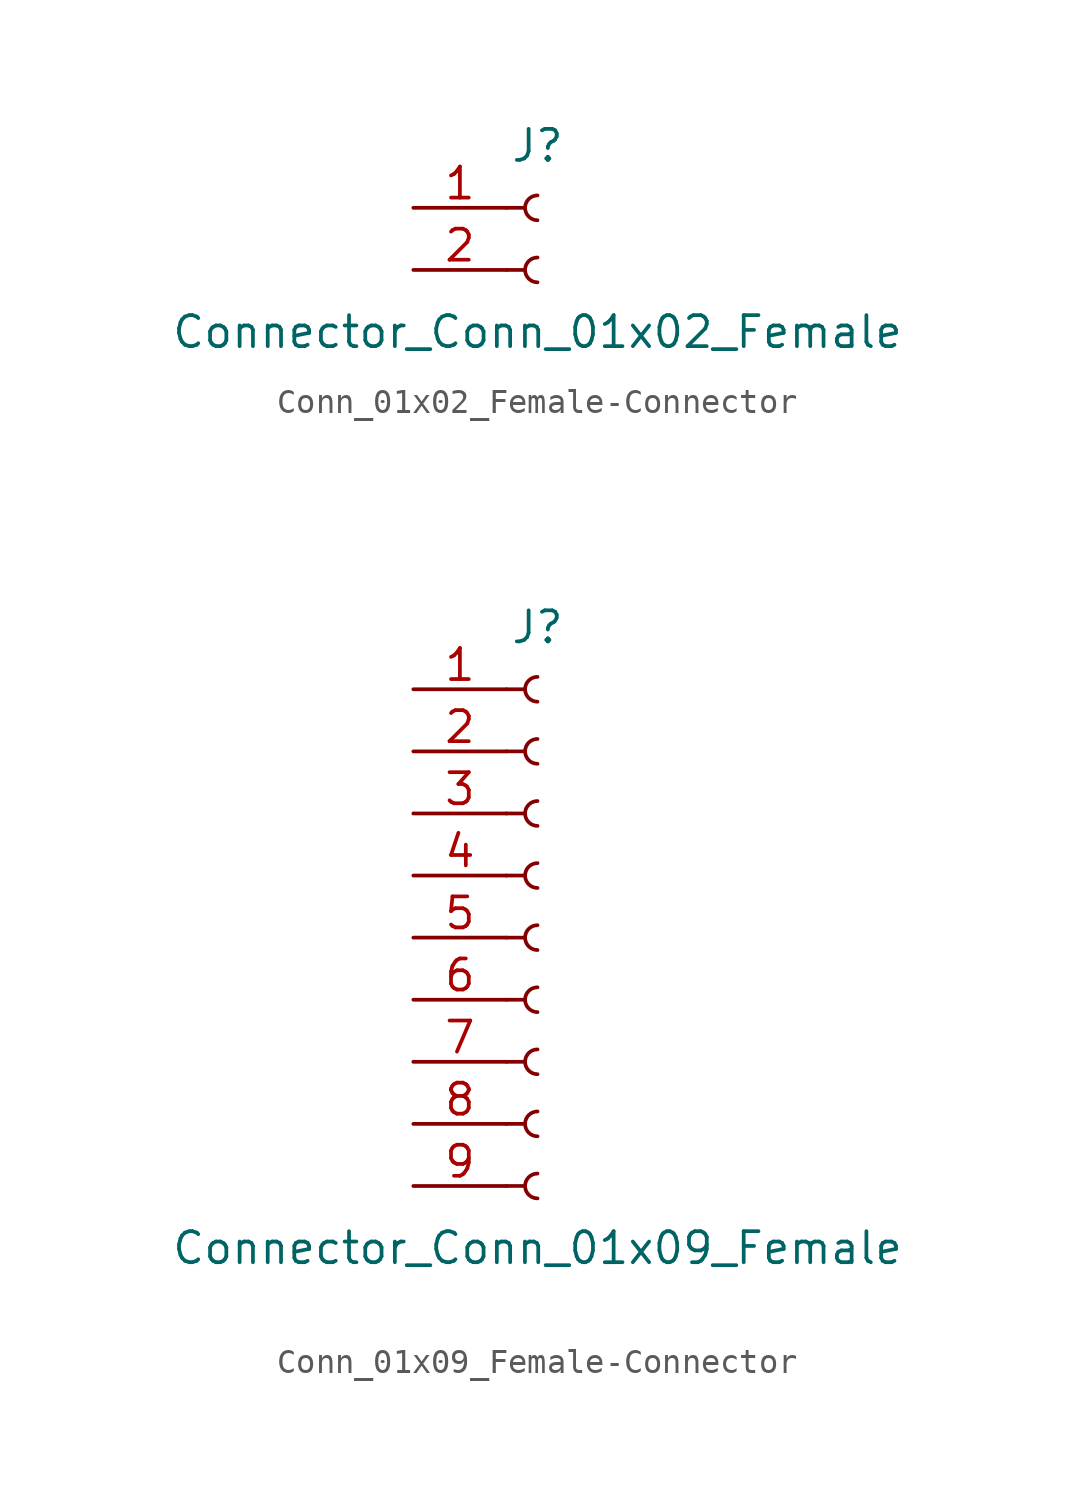
<source format=kicad_sym>
(kicad_symbol_lib
  (version 20220914)
  (generator kicad_symbol_editor)
  (symbol "Conn_01x02_Female-Connector"
    (pin_names
      (offset 1.016) hide)
    (property "Reference" "J"
      (at 0 2.54 0)
      (effects (font (size 1.27 1.27))))
    (property "Value" "Connector_Conn_01x02_Female"
      (at 0 -5.08 0)
      (effects (font (size 1.27 1.27))))
    (symbol "Conn_01x02_Female-Connector_1_1"
      (arc (start 0 -2.032) (mid -0.5058 -2.54) (end 0 -3.048) (stroke (width 0.1524) (type solid)) (fill (type none)))
      (polyline (pts (xy -1.27 -2.54) (xy -0.508 -2.54)) (stroke (width 0.152) (type solid)) (fill (type none)))
      (polyline (pts (xy -1.27 0) (xy -0.508 0)) (stroke (width 0.152) (type solid)) (fill (type none)))
      (arc (start 0 0.508) (mid -0.5058 0) (end 0 -0.508) (stroke (width 0.1524) (type solid)) (fill (type none)))
      (pin passive line (at -5.08 0 0) (length 3.81) (name "Pin_1" (effects (font (size 1.27 1.27)))) (number "1" (effects (font (size 1.27 1.27)))))
      (pin passive line (at -5.08 -2.54 0) (length 3.81) (name "Pin_2" (effects (font (size 1.27 1.27)))) (number "2" (effects (font (size 1.27 1.27)))))))
  (symbol "Conn_01x09_Female-Connector"
    (pin_names
      (offset 1.016) hide)
    (property "Reference" "J"
      (at 0 12.7 0)
      (effects (font (size 1.27 1.27))))
    (property "Value" "Connector_Conn_01x09_Female"
      (at 0 -12.7 0)
      (effects (font (size 1.27 1.27))))
    (symbol "Conn_01x09_Female-Connector_1_1"
      (arc (start 0 -9.652) (mid -0.5058 -10.16) (end 0 -10.668) (stroke (width 0.1524) (type solid)) (fill (type none)))
      (arc (start 0 -7.112) (mid -0.5058 -7.62) (end 0 -8.128) (stroke (width 0.1524) (type solid)) (fill (type none)))
      (arc (start 0 -4.572) (mid -0.5058 -5.08) (end 0 -5.588) (stroke (width 0.1524) (type solid)) (fill (type none)))
      (arc (start 0 -2.032) (mid -0.5058 -2.54) (end 0 -3.048) (stroke (width 0.1524) (type solid)) (fill (type none)))
      (polyline (pts (xy -1.27 -10.16) (xy -0.508 -10.16)) (stroke (width 0.152) (type solid)) (fill (type none)))
      (polyline (pts (xy -1.27 -7.62) (xy -0.508 -7.62)) (stroke (width 0.152) (type solid)) (fill (type none)))
      (polyline (pts (xy -1.27 -5.08) (xy -0.508 -5.08)) (stroke (width 0.152) (type solid)) (fill (type none)))
      (polyline (pts (xy -1.27 -2.54) (xy -0.508 -2.54)) (stroke (width 0.152) (type solid)) (fill (type none)))
      (polyline (pts (xy -1.27 0) (xy -0.508 0)) (stroke (width 0.152) (type solid)) (fill (type none)))
      (polyline (pts (xy -1.27 2.54) (xy -0.508 2.54)) (stroke (width 0.152) (type solid)) (fill (type none)))
      (polyline (pts (xy -1.27 5.08) (xy -0.508 5.08)) (stroke (width 0.152) (type solid)) (fill (type none)))
      (polyline (pts (xy -1.27 7.62) (xy -0.508 7.62)) (stroke (width 0.152) (type solid)) (fill (type none)))
      (polyline (pts (xy -1.27 10.16) (xy -0.508 10.16)) (stroke (width 0.152) (type solid)) (fill (type none)))
      (arc (start 0 0.508) (mid -0.5058 0) (end 0 -0.508) (stroke (width 0.1524) (type solid)) (fill (type none)))
      (arc (start 0 3.048) (mid -0.5058 2.54) (end 0 2.032) (stroke (width 0.1524) (type solid)) (fill (type none)))
      (arc (start 0 5.588) (mid -0.5058 5.08) (end 0 4.572) (stroke (width 0.1524) (type solid)) (fill (type none)))
      (arc (start 0 8.128) (mid -0.5058 7.62) (end 0 7.112) (stroke (width 0.1524) (type solid)) (fill (type none)))
      (arc (start 0 10.668) (mid -0.5058 10.16) (end 0 9.652) (stroke (width 0.1524) (type solid)) (fill (type none)))
      (pin passive line (at -5.08 10.16 0) (length 3.81) (name "Pin_1" (effects (font (size 1.27 1.27)))) (number "1" (effects (font (size 1.27 1.27)))))
      (pin passive line (at -5.08 7.62 0) (length 3.81) (name "Pin_2" (effects (font (size 1.27 1.27)))) (number "2" (effects (font (size 1.27 1.27)))))
      (pin passive line (at -5.08 5.08 0) (length 3.81) (name "Pin_3" (effects (font (size 1.27 1.27)))) (number "3" (effects (font (size 1.27 1.27)))))
      (pin passive line (at -5.08 2.54 0) (length 3.81) (name "Pin_4" (effects (font (size 1.27 1.27)))) (number "4" (effects (font (size 1.27 1.27)))))
      (pin passive line (at -5.08 0 0) (length 3.81) (name "Pin_5" (effects (font (size 1.27 1.27)))) (number "5" (effects (font (size 1.27 1.27)))))
      (pin passive line (at -5.08 -2.54 0) (length 3.81) (name "Pin_6" (effects (font (size 1.27 1.27)))) (number "6" (effects (font (size 1.27 1.27)))))
      (pin passive line (at -5.08 -5.08 0) (length 3.81) (name "Pin_7" (effects (font (size 1.27 1.27)))) (number "7" (effects (font (size 1.27 1.27)))))
      (pin passive line (at -5.08 -7.62 0) (length 3.81) (name "Pin_8" (effects (font (size 1.27 1.27)))) (number "8" (effects (font (size 1.27 1.27)))))
      (pin passive line (at -5.08 -10.16 0) (length 3.81) (name "Pin_9" (effects (font (size 1.27 1.27)))) (number "9" (effects (font (size 1.27 1.27))))))))
</source>
